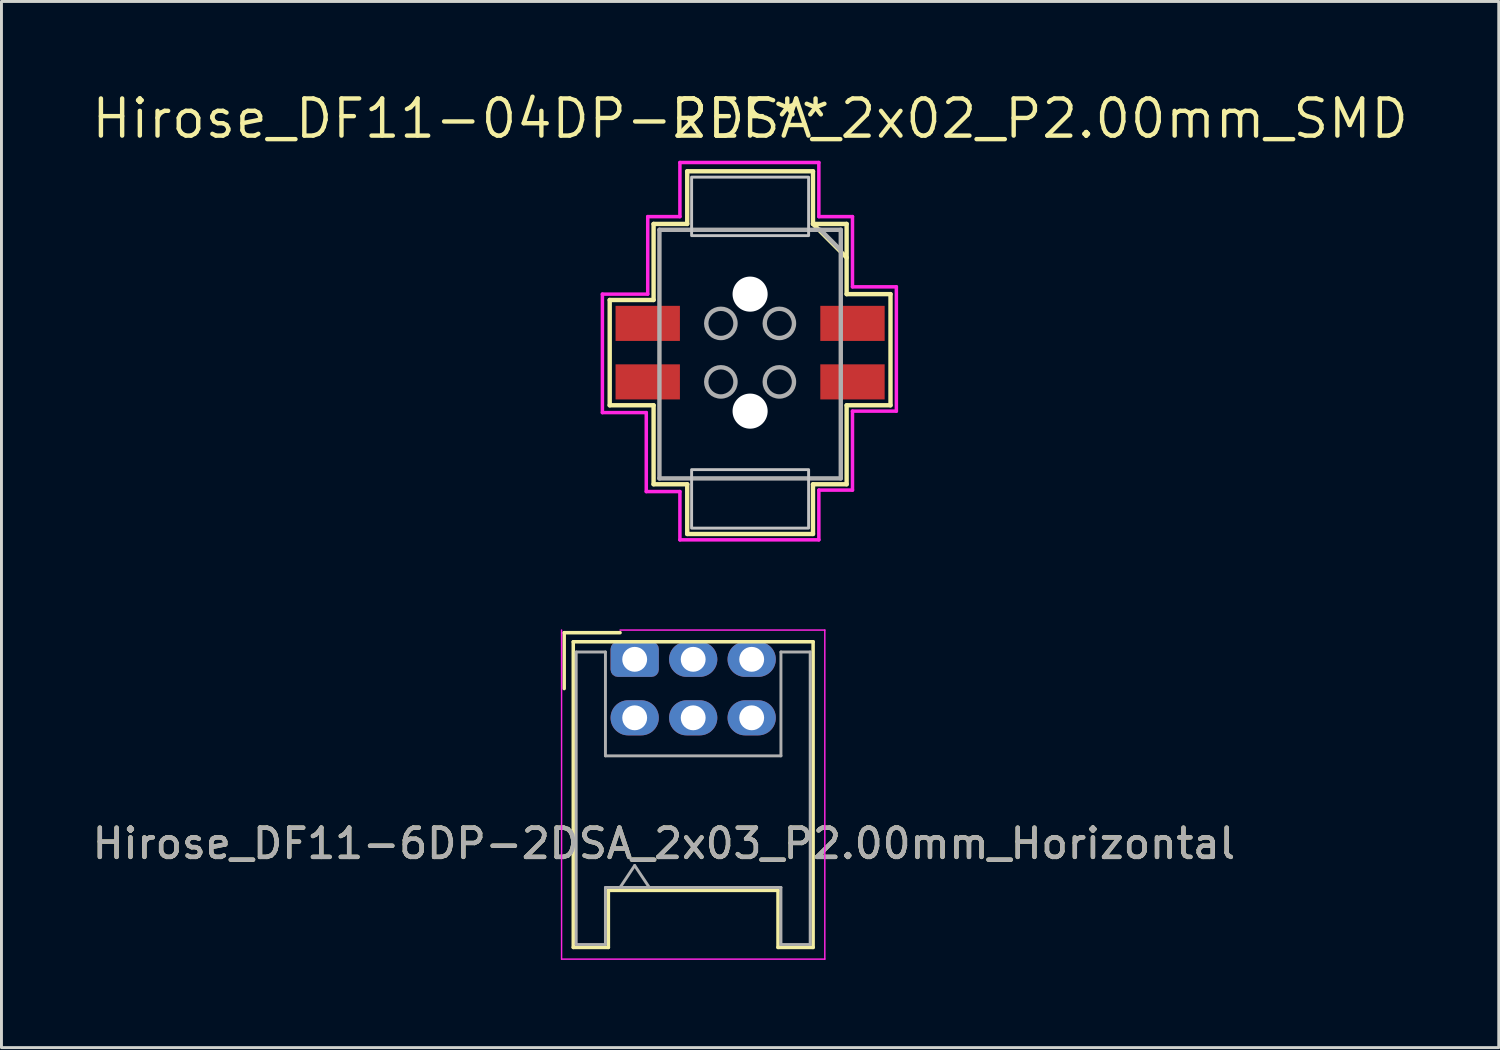
<source format=kicad_pcb>
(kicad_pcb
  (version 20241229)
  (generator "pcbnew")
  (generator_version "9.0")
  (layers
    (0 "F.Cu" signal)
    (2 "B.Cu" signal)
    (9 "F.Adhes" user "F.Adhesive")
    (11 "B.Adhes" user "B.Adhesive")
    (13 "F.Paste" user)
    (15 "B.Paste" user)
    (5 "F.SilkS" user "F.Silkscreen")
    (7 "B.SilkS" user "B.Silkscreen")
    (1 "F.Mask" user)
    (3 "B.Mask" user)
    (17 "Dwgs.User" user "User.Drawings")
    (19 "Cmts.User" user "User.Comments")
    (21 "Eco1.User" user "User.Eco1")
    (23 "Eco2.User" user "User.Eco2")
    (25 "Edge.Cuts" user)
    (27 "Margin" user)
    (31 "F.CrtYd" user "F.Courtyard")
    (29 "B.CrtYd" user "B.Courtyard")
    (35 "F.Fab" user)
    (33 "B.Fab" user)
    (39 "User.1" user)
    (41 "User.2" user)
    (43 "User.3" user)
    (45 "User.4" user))
  (footprint "Hirose_DF11-6DP-2DSA_2x03_P2.00mm_Horizontal"
    (layer "F.Cu")
    (at 18.649 19.491)
    (property "Reference" "Hirose_DF11-6DP-2DSA_2x03_P2.00mm_Horizontal" (at 1 6.3 0) (layer "F.SilkS") (effects (font (size 1 1) (thickness 0.15))))
    (attr through_hole)
    (fp_line (start -2.41 -0.91) (end -0.5 -0.91) (stroke (width 0.12) (type solid)) (layer "F.SilkS"))
    (fp_line (start -2.41 1) (end -2.41 -0.91) (stroke (width 0.12) (type solid)) (layer "F.SilkS"))
    (fp_line (start -2.1 -0.6) (end -2.1 9.85) (stroke (width 0.12) (type solid)) (layer "F.SilkS"))
    (fp_line (start -2.1 9.85) (end -0.9 9.85) (stroke (width 0.12) (type solid)) (layer "F.SilkS"))
    (fp_line (start -0.9 7.9) (end -0.9 9.85) (stroke (width 0.12) (type solid)) (layer "F.SilkS"))
    (fp_line (start -0.9 7.9) (end 4.9 7.9) (stroke (width 0.12) (type solid)) (layer "F.SilkS"))
    (fp_line (start 4.9 9.85) (end 4.9 7.9) (stroke (width 0.12) (type solid)) (layer "F.SilkS"))
    (fp_line (start 4.9 9.85) (end 6.1 9.85) (stroke (width 0.12) (type solid)) (layer "F.SilkS"))
    (fp_line (start 6.1 -0.6) (end -2.1 -0.6) (stroke (width 0.12) (type solid)) (layer "F.SilkS"))
    (fp_line (start 6.1 9.85) (end 6.1 -0.6) (stroke (width 0.12) (type solid)) (layer "F.SilkS"))
    (fp_line (start -2.5 -1) (end -2.5 10.25) (stroke (width 0.05) (type solid)) (layer "F.CrtYd"))
    (fp_line (start -2.5 10.25) (end 6.5 10.25) (stroke (width 0.05) (type solid)) (layer "F.CrtYd"))
    (fp_line (start 6.5 -1) (end -0.5 -1) (stroke (width 0.05) (type solid)) (layer "F.CrtYd"))
    (fp_line (start 6.5 10.25) (end 6.5 -1) (stroke (width 0.05) (type solid)) (layer "F.CrtYd"))
    (fp_line (start -2 -0.25) (end -2 9.75) (stroke (width 0.1) (type solid)) (layer "F.Fab"))
    (fp_line (start -2 9.75) (end -1 9.75) (stroke (width 0.1) (type solid)) (layer "F.Fab"))
    (fp_line (start -1 -0.25) (end -2 -0.25) (stroke (width 0.1) (type solid)) (layer "F.Fab"))
    (fp_line (start -1 3.3) (end -1 -0.25) (stroke (width 0.1) (type solid)) (layer "F.Fab"))
    (fp_line (start -1 3.3) (end 5 3.3) (stroke (width 0.1) (type solid)) (layer "F.Fab"))
    (fp_line (start -1 7.8) (end 5 7.8) (stroke (width 0.1) (type solid)) (layer "F.Fab"))
    (fp_line (start -1 9.75) (end -1 7.8) (stroke (width 0.1) (type solid)) (layer "F.Fab"))
    (fp_line (start -0.5 7.8) (end 0 7.05) (stroke (width 0.1) (type solid)) (layer "F.Fab"))
    (fp_line (start 0 7.05) (end 0.5 7.8) (stroke (width 0.1) (type solid)) (layer "F.Fab"))
    (fp_line (start 5 3.3) (end 5 -0.25) (stroke (width 0.1) (type solid)) (layer "F.Fab"))
    (fp_line (start 5 7.8) (end 5 9.75) (stroke (width 0.1) (type solid)) (layer "F.Fab"))
    (fp_line (start 5 9.75) (end 6 9.75) (stroke (width 0.1) (type solid)) (layer "F.Fab"))
    (fp_line (start 6 -0.25) (end 5 -0.25) (stroke (width 0.1) (type solid)) (layer "F.Fab"))
    (fp_line (start 6 9.75) (end 6 -0.25) (stroke (width 0.1) (type solid)) (layer "F.Fab"))
    (fp_text user "${REFERENCE}" (at 1 6.3 0) (layer "F.Fab") (effects (font (size 1 1) (thickness 0.15))))
    (pad "1" thru_hole roundrect (at 0 0 90) (size 1.2 1.65) (drill 0.85) (layers "*.Cu" "*.Mask") (roundrect_rratio 0.208))
    (pad "2" thru_hole oval (at 0 2 90) (size 1.2 1.65) (drill 0.85) (layers "*.Cu" "*.Mask"))
    (pad "3" thru_hole oval (at 2 0 90) (size 1.2 1.65) (drill 0.85) (layers "*.Cu" "*.Mask"))
    (pad "4" thru_hole oval (at 2 2 90) (size 1.2 1.65) (drill 0.85) (layers "*.Cu" "*.Mask"))
    (pad "5" thru_hole oval (at 4 0 90) (size 1.2 1.65) (drill 0.85) (layers "*.Cu" "*.Mask"))
    (pad "6" thru_hole oval (at 4 2 90) (size 1.2 1.65) (drill 0.85) (layers "*.Cu" "*.Mask")))
  (footprint "Hirose_DF11-04DP-2DSA_2x02_P2.00mm_SMD"
    (layer "F.Cu")
    (at 22.595 12.006)
    (property "Reference" "Hirose_DF11-04DP-2DSA_2x02_P2.00mm_SMD" (at 0 -11 180) (layer "F.SilkS") (effects (font (size 1.27 1.27) (thickness 0.15))))
    (attr through_hole)
    (fp_poly (pts (xy -2.032 -9.097) (xy -2.032 -6.922) (xy 2.032 -6.922) (xy 2.032 -9.097)) (stroke (width 0) (type solid)) (fill yes) (layer "F.Mask"))
    (fp_poly (pts (xy -2.032 0.922) (xy -2.032 3.097) (xy 2.032 3.097) (xy 2.032 0.922)) (stroke (width 0) (type solid)) (fill yes) (layer "F.Mask"))
    (fp_line (start -4.8 -4.8) (end -3.3 -4.8) (stroke (width 0.15) (type solid)) (layer "F.SilkS"))
    (fp_line (start -4.8 -1.2) (end -4.8 -4.8) (stroke (width 0.15) (type solid)) (layer "F.SilkS"))
    (fp_line (start -3.3 -4.8) (end -3.3 -7.4) (stroke (width 0.15) (type solid)) (layer "F.SilkS"))
    (fp_line (start -3.3 -1.2) (end -4.8 -1.2) (stroke (width 0.15) (type solid)) (layer "F.SilkS"))
    (fp_line (start -3.3 1.5) (end -3.3 -1.2) (stroke (width 0.15) (type solid)) (layer "F.SilkS"))
    (fp_line (start -3.3 1.5) (end -2.15 1.5) (stroke (width 0.15) (type solid)) (layer "F.SilkS"))
    (fp_line (start -2.15 -9.2) (end -2.15 -7.4) (stroke (width 0.15) (type solid)) (layer "F.SilkS"))
    (fp_line (start -2.15 -7.4) (end -3.3 -7.4) (stroke (width 0.15) (type solid)) (layer "F.SilkS"))
    (fp_line (start -2.15 1.5) (end -2.15 3.2) (stroke (width 0.15) (type solid)) (layer "F.SilkS"))
    (fp_line (start -2.15 3.2) (end 2.15 3.2) (stroke (width 0.15) (type solid)) (layer "F.SilkS"))
    (fp_line (start 2.15 -9.2) (end -2.15 -9.2) (stroke (width 0.15) (type solid)) (layer "F.SilkS"))
    (fp_line (start 2.15 -7.4) (end 2.15 -9.2) (stroke (width 0.15) (type solid)) (layer "F.SilkS"))
    (fp_line (start 2.15 -7.4) (end 3.3 -6.25) (stroke (width 0.15) (type solid)) (layer "F.SilkS"))
    (fp_line (start 2.15 1.5) (end 3.3 1.5) (stroke (width 0.15) (type solid)) (layer "F.SilkS"))
    (fp_line (start 2.15 3.2) (end 2.15 1.5) (stroke (width 0.15) (type solid)) (layer "F.SilkS"))
    (fp_line (start 3.3 -7.4) (end 2.15 -7.4) (stroke (width 0.15) (type solid)) (layer "F.SilkS"))
    (fp_line (start 3.3 -5) (end 3.3 -7.4) (stroke (width 0.15) (type solid)) (layer "F.SilkS"))
    (fp_line (start 3.3 -1.2) (end 4.8 -1.2) (stroke (width 0.15) (type solid)) (layer "F.SilkS"))
    (fp_line (start 3.3 1.5) (end 3.3 -1.2) (stroke (width 0.15) (type solid)) (layer "F.SilkS"))
    (fp_line (start 4.8 -5) (end 3.3 -5) (stroke (width 0.15) (type solid)) (layer "F.SilkS"))
    (fp_line (start 4.8 -1.2) (end 4.8 -5) (stroke (width 0.15) (type solid)) (layer "F.SilkS"))
    (fp_poly (pts (xy -2 -9) (xy -2 -7) (xy 2 -7) (xy 2 -9)) (stroke (width 0.1) (type solid)) (fill no) (layer "Dwgs.User"))
    (fp_poly (pts (xy -2 1) (xy -2 3) (xy 2 3) (xy 2 1)) (stroke (width 0.1) (type solid)) (fill no) (layer "Dwgs.User"))
    (fp_line (start -5.05 -5) (end -3.5 -5) (stroke (width 0.12) (type solid)) (layer "F.CrtYd"))
    (fp_line (start -5.05 -0.95) (end -5.05 -5) (stroke (width 0.12) (type solid)) (layer "F.CrtYd"))
    (fp_line (start -3.55 -0.95) (end -5.05 -0.95) (stroke (width 0.12) (type solid)) (layer "F.CrtYd"))
    (fp_line (start -3.55 1.75) (end -3.55 -0.95) (stroke (width 0.12) (type solid)) (layer "F.CrtYd"))
    (fp_line (start -3.5 -7.65) (end -2.4 -7.65) (stroke (width 0.12) (type solid)) (layer "F.CrtYd"))
    (fp_line (start -3.5 -5) (end -3.5 -7.65) (stroke (width 0.12) (type solid)) (layer "F.CrtYd"))
    (fp_line (start -2.4 -9.5) (end 2.35 -9.5) (stroke (width 0.12) (type solid)) (layer "F.CrtYd"))
    (fp_line (start -2.4 -7.65) (end -2.4 -9.5) (stroke (width 0.12) (type solid)) (layer "F.CrtYd"))
    (fp_line (start -2.4 1.75) (end -3.55 1.75) (stroke (width 0.12) (type solid)) (layer "F.CrtYd"))
    (fp_line (start -2.4 3.4) (end -2.4 1.75) (stroke (width 0.12) (type solid)) (layer "F.CrtYd"))
    (fp_line (start 2.35 -9.5) (end 2.35 -7.65) (stroke (width 0.12) (type solid)) (layer "F.CrtYd"))
    (fp_line (start 2.35 -7.65) (end 3.5 -7.65) (stroke (width 0.12) (type solid)) (layer "F.CrtYd"))
    (fp_line (start 2.35 1.7) (end 2.35 3.4) (stroke (width 0.12) (type solid)) (layer "F.CrtYd"))
    (fp_line (start 2.35 3.4) (end -2.4 3.4) (stroke (width 0.12) (type solid)) (layer "F.CrtYd"))
    (fp_line (start 3.5 -7.65) (end 3.5 -5.25) (stroke (width 0.12) (type solid)) (layer "F.CrtYd"))
    (fp_line (start 3.5 -5.25) (end 5 -5.25) (stroke (width 0.12) (type solid)) (layer "F.CrtYd"))
    (fp_line (start 3.5 -1) (end 3.5 1.7) (stroke (width 0.12) (type solid)) (layer "F.CrtYd"))
    (fp_line (start 3.5 1.7) (end 2.35 1.7) (stroke (width 0.12) (type solid)) (layer "F.CrtYd"))
    (fp_line (start 5 -5.25) (end 5 -1) (stroke (width 0.12) (type solid)) (layer "F.CrtYd"))
    (fp_line (start 5 -1) (end 3.5 -1) (stroke (width 0.12) (type solid)) (layer "F.CrtYd"))
    (fp_line (start -3.1 -7.2) (end 3.1 -7.2) (stroke (width 0.15) (type solid)) (layer "F.Fab"))
    (fp_line (start -3.1 1.3) (end -3.1 -7.2) (stroke (width 0.15) (type solid)) (layer "F.Fab"))
    (fp_line (start 3.1 -7.2) (end 3.1 1.3) (stroke (width 0.15) (type solid)) (layer "F.Fab"))
    (fp_line (start 3.1 -6.5) (end 2.4 -7.2) (stroke (width 0.15) (type solid)) (layer "F.Fab"))
    (fp_line (start 3.1 1.3) (end -3.1 1.3) (stroke (width 0.15) (type solid)) (layer "F.Fab"))
    (fp_circle (center -1 -4) (end -0.6 -3.7) (stroke (width 0.15) (type solid)) (fill no) (layer "F.Fab"))
    (fp_circle (center -1 -2) (end -0.6 -1.7) (stroke (width 0.15) (type solid)) (fill no) (layer "F.Fab"))
    (fp_circle (center 1 -4) (end 1.4 -3.7) (stroke (width 0.15) (type solid)) (fill no) (layer "F.Fab"))
    (fp_circle (center 1 -2) (end 1.4 -1.7) (stroke (width 0.15) (type solid)) (fill no) (layer "F.Fab"))
    (fp_text user "REF**" (at 0 -11 0) (layer "F.SilkS") (effects (font (size 1.27 1.27) (thickness 0.15))))
    (pad "" np_thru_hole circle (at 0 -5 270) (size 1.2 1.2) (drill 1.2) (layers "*.Cu"))
    (pad "" np_thru_hole circle (at 0 -1 270) (size 1.2 1.2) (drill 1.2) (layers "*.Cu"))
    (pad "1" smd rect (at 3.5 -4) (size 2.2 1.2) (layers "F.Cu" "F.Mask" "F.Paste"))
    (pad "2" smd rect (at -3.5 -4) (size 2.2 1.2) (layers "F.Cu" "F.Mask" "F.Paste"))
    (pad "3" smd rect (at 3.5 -2) (size 2.2 1.2) (layers "F.Cu" "F.Mask" "F.Paste"))
    (pad "4" smd rect (at -3.5 -2) (size 2.2 1.2) (layers "F.Cu" "F.Mask" "F.Paste")))
  (gr_rect
    (start -3 -3)
    (end 48.19 32.766)
    (stroke (width 0.1) (type default))
    (fill no)
    (layer "Edge.Cuts")))
</source>
